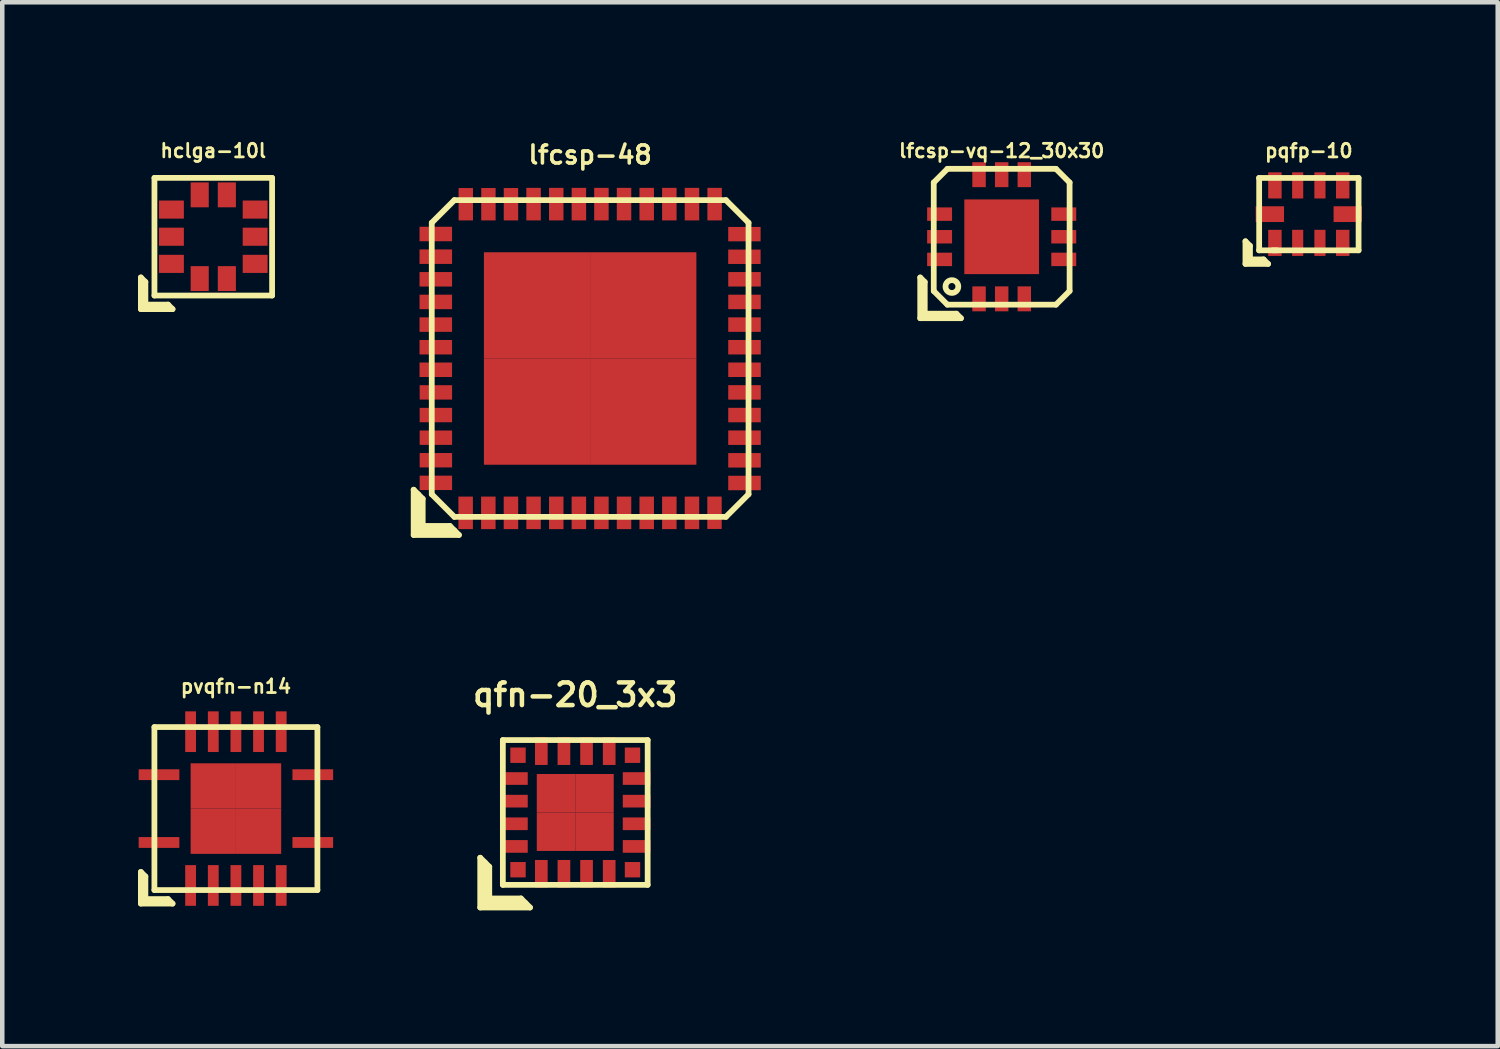
<source format=kicad_pcb>
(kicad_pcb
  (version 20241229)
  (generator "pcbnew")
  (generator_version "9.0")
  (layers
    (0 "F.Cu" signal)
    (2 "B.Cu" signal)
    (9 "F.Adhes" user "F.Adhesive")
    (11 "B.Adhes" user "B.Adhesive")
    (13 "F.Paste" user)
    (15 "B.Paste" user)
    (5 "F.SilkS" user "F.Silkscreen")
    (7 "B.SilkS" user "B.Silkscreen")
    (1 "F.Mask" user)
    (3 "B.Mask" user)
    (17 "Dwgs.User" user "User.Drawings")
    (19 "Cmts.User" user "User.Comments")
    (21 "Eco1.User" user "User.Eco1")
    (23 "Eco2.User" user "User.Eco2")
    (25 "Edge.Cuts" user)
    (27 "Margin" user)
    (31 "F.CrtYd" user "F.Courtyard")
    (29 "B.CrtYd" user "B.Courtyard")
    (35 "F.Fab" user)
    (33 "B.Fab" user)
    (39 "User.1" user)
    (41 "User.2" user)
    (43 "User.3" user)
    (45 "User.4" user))
  (footprint "pqfp-10"
    (layer "F.Cu")
    (at 25.872 1.682)
    (property "Reference" "pqfp-10" (at 0 -1.4 0) (layer "F.SilkS") (effects (font (size 0.3 0.3) (thickness 0.061))))
    (attr smd)
    (fp_line (start -1.4 0.6) (end -1.3 0.7) (stroke (width 0.127) (type solid)) (layer "F.SilkS"))
    (fp_line (start -1.4 1.1) (end -1.4 0.6) (stroke (width 0.127) (type solid)) (layer "F.SilkS"))
    (fp_line (start -1.3 0.7) (end -1.3 1) (stroke (width 0.127) (type solid)) (layer "F.SilkS"))
    (fp_line (start -1.3 1) (end -1 1) (stroke (width 0.127) (type solid)) (layer "F.SilkS"))
    (fp_line (start -1.1 0.8) (end 1.1 0.8) (stroke (width 0.127) (type solid)) (layer "F.SilkS"))
    (fp_line (start -1.097 -0.8) (end -1.097 0.8) (stroke (width 0.127) (type solid)) (layer "F.SilkS"))
    (fp_line (start -1 1) (end -0.9 1.1) (stroke (width 0.127) (type solid)) (layer "F.SilkS"))
    (fp_line (start -0.9 1.1) (end -1.4 1.1) (stroke (width 0.127) (type solid)) (layer "F.SilkS"))
    (fp_line (start -0.8 0.8) (end -0.701 0.8) (stroke (width 0.127) (type solid)) (layer "F.SilkS"))
    (fp_line (start 1.1 -0.8) (end -1.1 -0.8) (stroke (width 0.127) (type solid)) (layer "F.SilkS"))
    (fp_line (start 1.1 0.8) (end 1.1 -0.8) (stroke (width 0.127) (type solid)) (layer "F.SilkS"))
    (pad "1" smd rect (at -0.749 0.635) (size 0.297 0.577) (layers "F.Cu" "F.Mask" "F.Paste"))
    (pad "2" smd rect (at -0.246 0.635) (size 0.246 0.577) (layers "F.Cu" "F.Mask" "F.Paste"))
    (pad "3" smd rect (at 0.246 0.635) (size 0.246 0.577) (layers "F.Cu" "F.Mask" "F.Paste"))
    (pad "4" smd rect (at 0.749 0.635) (size 0.297 0.577) (layers "F.Cu" "F.Mask" "F.Paste"))
    (pad "5" smd rect (at 0.861 0) (size 0.627 0.348) (layers "F.Cu" "F.Mask" "F.Paste"))
    (pad "6" smd rect (at 0.749 -0.635) (size 0.297 0.577) (layers "F.Cu" "F.Mask" "F.Paste"))
    (pad "7" smd rect (at 0.246 -0.635) (size 0.246 0.577) (layers "F.Cu" "F.Mask" "F.Paste"))
    (pad "8" smd rect (at -0.246 -0.635) (size 0.246 0.577) (layers "F.Cu" "F.Mask" "F.Paste"))
    (pad "9" smd rect (at -0.749 -0.635) (size 0.297 0.577) (layers "F.Cu" "F.Mask" "F.Paste"))
    (pad "10" smd rect (at -0.861 0) (size 0.627 0.348) (layers "F.Cu" "F.Mask" "F.Paste")))
  (footprint "pvqfn-n14"
    (layer "F.Cu")
    (at 2.163 14.818)
    (property "Reference" "pvqfn-n14" (at 0 -2.7 0) (layer "F.SilkS") (effects (font (size 0.3 0.3) (thickness 0.061))))
    (attr smd)
    (fp_line (start -2.1 1.4) (end -2 1.5) (stroke (width 0.127) (type solid)) (layer "F.SilkS"))
    (fp_line (start -2.1 2.1) (end -2.1 1.4) (stroke (width 0.127) (type solid)) (layer "F.SilkS"))
    (fp_line (start -2 1.5) (end -2 2) (stroke (width 0.127) (type solid)) (layer "F.SilkS"))
    (fp_line (start -2 2) (end -1.5 2) (stroke (width 0.127) (type solid)) (layer "F.SilkS"))
    (fp_line (start -1.801 -1.801) (end 1.801 -1.801) (stroke (width 0.127) (type solid)) (layer "F.SilkS"))
    (fp_line (start -1.801 1.801) (end -1.801 -1.801) (stroke (width 0.127) (type solid)) (layer "F.SilkS"))
    (fp_line (start -1.5 2) (end -1.4 2.1) (stroke (width 0.127) (type solid)) (layer "F.SilkS"))
    (fp_line (start -1.4 2.1) (end -2.1 2.1) (stroke (width 0.127) (type solid)) (layer "F.SilkS"))
    (fp_line (start 1.801 -1.801) (end 1.801 1.801) (stroke (width 0.127) (type solid)) (layer "F.SilkS"))
    (fp_line (start 1.801 1.801) (end -1.801 1.801) (stroke (width 0.127) (type solid)) (layer "F.SilkS"))
    (pad "1" smd rect (at -1.699 0.749) (size 0.899 0.239) (layers "F.Cu" "F.Mask" "F.Paste"))
    (pad "2" smd rect (at -1.001 1.699) (size 0.239 0.899) (layers "F.Cu" "F.Mask" "F.Paste"))
    (pad "3" smd rect (at -0.5 1.699) (size 0.239 0.899) (layers "F.Cu" "F.Mask" "F.Paste"))
    (pad "4" smd rect (at 0 1.699) (size 0.239 0.899) (layers "F.Cu" "F.Mask" "F.Paste"))
    (pad "5" smd rect (at 0.5 1.699) (size 0.239 0.899) (layers "F.Cu" "F.Mask" "F.Paste"))
    (pad "6" smd rect (at 1.001 1.699) (size 0.239 0.899) (layers "F.Cu" "F.Mask" "F.Paste"))
    (pad "7" smd rect (at 1.699 0.749) (size 0.899 0.239) (layers "F.Cu" "F.Mask" "F.Paste"))
    (pad "8" smd rect (at 1.699 -0.749) (size 0.899 0.239) (layers "F.Cu" "F.Mask" "F.Paste"))
    (pad "9" smd rect (at 1.001 -1.699) (size 0.239 0.899) (layers "F.Cu" "F.Mask" "F.Paste"))
    (pad "10" smd rect (at 0.5 -1.699) (size 0.239 0.899) (layers "F.Cu" "F.Mask" "F.Paste"))
    (pad "11" smd rect (at 0 -1.699) (size 0.239 0.899) (layers "F.Cu" "F.Mask" "F.Paste"))
    (pad "12" smd rect (at -0.5 -1.699) (size 0.239 0.899) (layers "F.Cu" "F.Mask" "F.Paste"))
    (pad "13" smd rect (at -1.001 -1.699) (size 0.239 0.899) (layers "F.Cu" "F.Mask" "F.Paste"))
    (pad "14" smd rect (at -1.699 -0.749) (size 0.899 0.239) (layers "F.Cu" "F.Mask" "F.Paste"))
    (pad "15" smd rect (at -0.5 -0.5) (size 1.001 1.001) (layers "F.Cu" "F.Mask" "F.Paste"))
    (pad "15" smd rect (at -0.5 0.5) (size 1.001 1.001) (layers "F.Cu" "F.Mask" "F.Paste"))
    (pad "15" smd rect (at 0.5 -0.5) (size 1.001 1.001) (layers "F.Cu" "F.Mask" "F.Paste"))
    (pad "15" smd rect (at 0.5 0.5) (size 1.001 1.001) (layers "F.Cu" "F.Mask" "F.Paste")))
  (footprint "lfcsp-48"
    (layer "F.Cu")
    (at 9.991 4.872)
    (property "Reference" "lfcsp-48" (at 0 -4.501 0) (layer "F.SilkS") (effects (font (size 0.399 0.399) (thickness 0.079))))
    (attr smd)
    (fp_line (start -3.9 2.9) (end -3.7 3.1) (stroke (width 0.127) (type solid)) (layer "F.SilkS"))
    (fp_line (start -3.9 3.9) (end -3.9 2.9) (stroke (width 0.127) (type solid)) (layer "F.SilkS"))
    (fp_line (start -3.8 3) (end -3.8 3.8) (stroke (width 0.127) (type solid)) (layer "F.SilkS"))
    (fp_line (start -3.8 3.8) (end -3 3.8) (stroke (width 0.127) (type solid)) (layer "F.SilkS"))
    (fp_line (start -3.7 3.7) (end -3.7 3.1) (stroke (width 0.127) (type solid)) (layer "F.SilkS"))
    (fp_line (start -3.5 -3) (end -3.5 3) (stroke (width 0.127) (type solid)) (layer "F.SilkS"))
    (fp_line (start -3.5 3) (end -3 3.5) (stroke (width 0.127) (type solid)) (layer "F.SilkS"))
    (fp_line (start -3.1 3.7) (end -3.7 3.7) (stroke (width 0.127) (type solid)) (layer "F.SilkS"))
    (fp_line (start -3.1 3.7) (end -2.9 3.9) (stroke (width 0.127) (type solid)) (layer "F.SilkS"))
    (fp_line (start -3 -3.5) (end -3.5 -3) (stroke (width 0.127) (type solid)) (layer "F.SilkS"))
    (fp_line (start -3 3.5) (end 3 3.5) (stroke (width 0.127) (type solid)) (layer "F.SilkS"))
    (fp_line (start -2.9 3.9) (end -3.9 3.9) (stroke (width 0.127) (type solid)) (layer "F.SilkS"))
    (fp_line (start 3 -3.5) (end -3 -3.5) (stroke (width 0.127) (type solid)) (layer "F.SilkS"))
    (fp_line (start 3 3.5) (end 3.5 3) (stroke (width 0.127) (type solid)) (layer "F.SilkS"))
    (fp_line (start 3.5 -3) (end 3 -3.5) (stroke (width 0.127) (type solid)) (layer "F.SilkS"))
    (fp_line (start 3.5 3) (end 3.5 -3) (stroke (width 0.127) (type solid)) (layer "F.SilkS"))
    (pad "1" smd rect (at -2.751 3.411) (size 0.32 0.719) (layers "F.Cu" "F.Mask" "F.Paste"))
    (pad "2" smd rect (at -2.25 3.411) (size 0.32 0.719) (layers "F.Cu" "F.Mask" "F.Paste"))
    (pad "3" smd rect (at -1.75 3.411) (size 0.32 0.719) (layers "F.Cu" "F.Mask" "F.Paste"))
    (pad "4" smd rect (at -1.25 3.411) (size 0.32 0.719) (layers "F.Cu" "F.Mask" "F.Paste"))
    (pad "5" smd rect (at -0.749 3.411) (size 0.32 0.719) (layers "F.Cu" "F.Mask" "F.Paste"))
    (pad "6" smd rect (at -0.249 3.411) (size 0.32 0.719) (layers "F.Cu" "F.Mask" "F.Paste"))
    (pad "7" smd rect (at 0.249 3.411) (size 0.32 0.719) (layers "F.Cu" "F.Mask" "F.Paste"))
    (pad "8" smd rect (at 0.749 3.411) (size 0.32 0.719) (layers "F.Cu" "F.Mask" "F.Paste"))
    (pad "9" smd rect (at 1.25 3.411) (size 0.32 0.719) (layers "F.Cu" "F.Mask" "F.Paste"))
    (pad "10" smd rect (at 1.75 3.411) (size 0.32 0.719) (layers "F.Cu" "F.Mask" "F.Paste"))
    (pad "11" smd rect (at 2.25 3.411) (size 0.32 0.719) (layers "F.Cu" "F.Mask" "F.Paste"))
    (pad "12" smd rect (at 2.748 3.409) (size 0.318 0.716) (layers "F.Cu" "F.Mask" "F.Paste"))
    (pad "13" smd rect (at 3.411 2.751) (size 0.719 0.32) (layers "F.Cu" "F.Mask" "F.Paste"))
    (pad "14" smd rect (at 3.411 2.25) (size 0.719 0.32) (layers "F.Cu" "F.Mask" "F.Paste"))
    (pad "15" smd rect (at 3.411 1.75) (size 0.719 0.32) (layers "F.Cu" "F.Mask" "F.Paste"))
    (pad "16" smd rect (at 3.411 1.25) (size 0.719 0.32) (layers "F.Cu" "F.Mask" "F.Paste"))
    (pad "17" smd rect (at 3.411 0.749) (size 0.719 0.32) (layers "F.Cu" "F.Mask" "F.Paste"))
    (pad "18" smd rect (at 3.411 0.249) (size 0.719 0.32) (layers "F.Cu" "F.Mask" "F.Paste"))
    (pad "19" smd rect (at 3.411 -0.249) (size 0.719 0.32) (layers "F.Cu" "F.Mask" "F.Paste"))
    (pad "20" smd rect (at 3.411 -0.749) (size 0.719 0.32) (layers "F.Cu" "F.Mask" "F.Paste"))
    (pad "21" smd rect (at 3.411 -1.25) (size 0.719 0.32) (layers "F.Cu" "F.Mask" "F.Paste"))
    (pad "22" smd rect (at 3.411 -1.75) (size 0.719 0.32) (layers "F.Cu" "F.Mask" "F.Paste"))
    (pad "23" smd rect (at 3.409 -2.248) (size 0.716 0.318) (layers "F.Cu" "F.Mask" "F.Paste"))
    (pad "24" smd rect (at 3.409 -2.748) (size 0.716 0.318) (layers "F.Cu" "F.Mask" "F.Paste"))
    (pad "25" smd rect (at 2.751 -3.411) (size 0.32 0.719) (layers "F.Cu" "F.Mask" "F.Paste"))
    (pad "26" smd rect (at 2.25 -3.411) (size 0.32 0.719) (layers "F.Cu" "F.Mask" "F.Paste"))
    (pad "27" smd rect (at 1.75 -3.411) (size 0.32 0.719) (layers "F.Cu" "F.Mask" "F.Paste"))
    (pad "28" smd rect (at 1.25 -3.411) (size 0.32 0.719) (layers "F.Cu" "F.Mask" "F.Paste"))
    (pad "29" smd rect (at 0.749 -3.411) (size 0.32 0.719) (layers "F.Cu" "F.Mask" "F.Paste"))
    (pad "30" smd rect (at 0.249 -3.411) (size 0.32 0.719) (layers "F.Cu" "F.Mask" "F.Paste"))
    (pad "31" smd rect (at -0.249 -3.411) (size 0.32 0.719) (layers "F.Cu" "F.Mask" "F.Paste"))
    (pad "32" smd rect (at -0.749 -3.411) (size 0.32 0.719) (layers "F.Cu" "F.Mask" "F.Paste"))
    (pad "33" smd rect (at -1.25 -3.411) (size 0.32 0.719) (layers "F.Cu" "F.Mask" "F.Paste"))
    (pad "34" smd rect (at -1.75 -3.409) (size 0.318 0.716) (layers "F.Cu" "F.Mask" "F.Paste"))
    (pad "35" smd rect (at -2.248 -3.409) (size 0.318 0.716) (layers "F.Cu" "F.Mask" "F.Paste"))
    (pad "36" smd rect (at -2.748 -3.409) (size 0.318 0.716) (layers "F.Cu" "F.Mask" "F.Paste"))
    (pad "37" smd rect (at -3.411 -2.751) (size 0.719 0.32) (layers "F.Cu" "F.Mask" "F.Paste"))
    (pad "38" smd rect (at -3.411 -2.25) (size 0.719 0.32) (layers "F.Cu" "F.Mask" "F.Paste"))
    (pad "39" smd rect (at -3.411 -1.75) (size 0.719 0.32) (layers "F.Cu" "F.Mask" "F.Paste"))
    (pad "40" smd rect (at -3.411 -1.25) (size 0.719 0.32) (layers "F.Cu" "F.Mask" "F.Paste"))
    (pad "41" smd rect (at -3.411 -0.749) (size 0.719 0.32) (layers "F.Cu" "F.Mask" "F.Paste"))
    (pad "42" smd rect (at -3.411 -0.249) (size 0.719 0.32) (layers "F.Cu" "F.Mask" "F.Paste"))
    (pad "43" smd rect (at -3.411 0.249) (size 0.719 0.32) (layers "F.Cu" "F.Mask" "F.Paste"))
    (pad "44" smd rect (at -3.409 0.749) (size 0.716 0.318) (layers "F.Cu" "F.Mask" "F.Paste"))
    (pad "45" smd rect (at -3.409 1.25) (size 0.716 0.318) (layers "F.Cu" "F.Mask" "F.Paste"))
    (pad "46" smd rect (at -3.409 1.75) (size 0.716 0.318) (layers "F.Cu" "F.Mask" "F.Paste"))
    (pad "47" smd rect (at -3.409 2.248) (size 0.716 0.318) (layers "F.Cu" "F.Mask" "F.Paste"))
    (pad "48" smd rect (at -3.409 2.748) (size 0.716 0.318) (layers "F.Cu" "F.Mask" "F.Paste"))
    (pad "49" smd rect (at -1.173 -1.173) (size 2.349 2.349) (layers "F.Cu" "F.Mask" "F.Paste"))
    (pad "49" smd rect (at -1.173 1.173) (size 2.349 2.349) (layers "F.Cu" "F.Mask" "F.Paste"))
    (pad "49" smd rect (at 1.173 -1.173) (size 2.349 2.349) (layers "F.Cu" "F.Mask" "F.Paste"))
    (pad "49" smd rect (at 1.173 1.173) (size 2.349 2.349) (layers "F.Cu" "F.Mask" "F.Paste")))
  (footprint "hclga-10l"
    (layer "F.Cu")
    (at 1.663 2.181)
    (property "Reference" "hclga-10l" (at 0 -1.9 0) (layer "F.SilkS") (effects (font (size 0.3 0.3) (thickness 0.06))))
    (attr smd)
    (fp_line (start -1.6 0.9) (end -1.5 1) (stroke (width 0.127) (type solid)) (layer "F.SilkS"))
    (fp_line (start -1.6 1.6) (end -1.6 0.9) (stroke (width 0.127) (type solid)) (layer "F.SilkS"))
    (fp_line (start -1.5 1.5) (end -1.5 0.999) (stroke (width 0.127) (type solid)) (layer "F.SilkS"))
    (fp_line (start -1.3 -1.3) (end 1.3 -1.3) (stroke (width 0.127) (type solid)) (layer "F.SilkS"))
    (fp_line (start -1.3 1.3) (end -1.3 -1.3) (stroke (width 0.127) (type solid)) (layer "F.SilkS"))
    (fp_line (start -1 1.5) (end -0.9 1.6) (stroke (width 0.127) (type solid)) (layer "F.SilkS"))
    (fp_line (start -0.999 1.5) (end -1.5 1.5) (stroke (width 0.127) (type solid)) (layer "F.SilkS"))
    (fp_line (start -0.9 1.6) (end -1.6 1.6) (stroke (width 0.127) (type solid)) (layer "F.SilkS"))
    (fp_line (start 1.3 -1.3) (end 1.3 1.3) (stroke (width 0.127) (type solid)) (layer "F.SilkS"))
    (fp_line (start 1.3 1.3) (end -1.3 1.3) (stroke (width 0.127) (type solid)) (layer "F.SilkS"))
    (pad "1" smd rect (at -0.3 0.925) (size 0.4 0.55) (layers "F.Cu" "F.Mask" "F.Paste"))
    (pad "2" smd rect (at 0.3 0.925) (size 0.4 0.55) (layers "F.Cu" "F.Mask" "F.Paste"))
    (pad "3" smd rect (at 0.925 0.6) (size 0.55 0.4) (layers "F.Cu" "F.Mask" "F.Paste"))
    (pad "4" smd rect (at 0.925 0) (size 0.55 0.4) (layers "F.Cu" "F.Mask" "F.Paste"))
    (pad "5" smd rect (at 0.925 -0.6) (size 0.55 0.4) (layers "F.Cu" "F.Mask" "F.Paste"))
    (pad "6" smd rect (at 0.3 -0.925) (size 0.4 0.55) (layers "F.Cu" "F.Mask" "F.Paste"))
    (pad "7" smd rect (at -0.3 -0.925) (size 0.4 0.55) (layers "F.Cu" "F.Mask" "F.Paste"))
    (pad "8" smd rect (at -0.925 -0.6) (size 0.55 0.4) (layers "F.Cu" "F.Mask" "F.Paste"))
    (pad "9" smd rect (at -0.925 0) (size 0.55 0.4) (layers "F.Cu" "F.Mask" "F.Paste"))
    (pad "10" smd rect (at -0.925 0.6) (size 0.55 0.4) (layers "F.Cu" "F.Mask" "F.Paste")))
  (footprint "lfcsp-vq-12_30x30"
    (layer "F.Cu")
    (at 19.085 2.182)
    (property "Reference" "lfcsp-vq-12_30x30" (at 0 -1.9 0) (layer "F.SilkS") (effects (font (size 0.3 0.3) (thickness 0.061))))
    (attr smd)
    (fp_line (start -1.8 0.9) (end -1.8 1.8) (stroke (width 0.127) (type solid)) (layer "F.SilkS"))
    (fp_line (start -1.8 1.8) (end -0.9 1.8) (stroke (width 0.127) (type solid)) (layer "F.SilkS"))
    (fp_line (start -1.7 1) (end -1.8 0.9) (stroke (width 0.127) (type solid)) (layer "F.SilkS"))
    (fp_line (start -1.7 1.7) (end -1.7 1) (stroke (width 0.127) (type solid)) (layer "F.SilkS"))
    (fp_line (start -1.501 -1.199) (end -1.199 -1.501) (stroke (width 0.127) (type solid)) (layer "F.SilkS"))
    (fp_line (start -1.501 1.199) (end -1.501 -1.199) (stroke (width 0.127) (type solid)) (layer "F.SilkS"))
    (fp_line (start -1.5 1.2) (end -1.2 1.5) (stroke (width 0.127) (type solid)) (layer "F.SilkS"))
    (fp_line (start -1.199 -1.501) (end 1.199 -1.501) (stroke (width 0.127) (type solid)) (layer "F.SilkS"))
    (fp_line (start -1 1.7) (end -1.7 1.7) (stroke (width 0.127) (type solid)) (layer "F.SilkS"))
    (fp_line (start -0.9 1.8) (end -1 1.7) (stroke (width 0.127) (type solid)) (layer "F.SilkS"))
    (fp_line (start 1.199 -1.501) (end 1.501 -1.199) (stroke (width 0.127) (type solid)) (layer "F.SilkS"))
    (fp_line (start 1.199 1.501) (end -1.199 1.501) (stroke (width 0.127) (type solid)) (layer "F.SilkS"))
    (fp_line (start 1.501 -1.199) (end 1.501 1.199) (stroke (width 0.127) (type solid)) (layer "F.SilkS"))
    (fp_line (start 1.501 1.199) (end 1.199 1.501) (stroke (width 0.127) (type solid)) (layer "F.SilkS"))
    (fp_circle (center -1.1 1.1) (end -1.199 1.201) (stroke (width 0.127) (type solid)) (fill no) (layer "F.SilkS"))
    (pad "1" smd rect (at -0.5 1.372) (size 0.297 0.551) (layers "F.Cu" "F.Mask" "F.Paste"))
    (pad "2" smd rect (at 0 1.372) (size 0.297 0.551) (layers "F.Cu" "F.Mask" "F.Paste"))
    (pad "3" smd rect (at 0.5 1.372) (size 0.297 0.551) (layers "F.Cu" "F.Mask" "F.Paste"))
    (pad "4" smd rect (at 1.372 0.5) (size 0.551 0.297) (layers "F.Cu" "F.Mask" "F.Paste"))
    (pad "5" smd rect (at 1.372 0) (size 0.551 0.297) (layers "F.Cu" "F.Mask" "F.Paste"))
    (pad "6" smd rect (at 1.372 -0.5) (size 0.551 0.297) (layers "F.Cu" "F.Mask" "F.Paste"))
    (pad "7" smd rect (at 0.5 -1.372) (size 0.297 0.551) (layers "F.Cu" "F.Mask" "F.Paste"))
    (pad "8" smd rect (at 0 -1.372) (size 0.297 0.551) (layers "F.Cu" "F.Mask" "F.Paste"))
    (pad "9" smd rect (at -0.5 -1.372) (size 0.297 0.551) (layers "F.Cu" "F.Mask" "F.Paste"))
    (pad "10" smd rect (at -1.372 -0.5) (size 0.551 0.297) (layers "F.Cu" "F.Mask" "F.Paste"))
    (pad "11" smd rect (at -1.372 0) (size 0.551 0.297) (layers "F.Cu" "F.Mask" "F.Paste"))
    (pad "12" smd rect (at -1.372 0.5) (size 0.551 0.297) (layers "F.Cu" "F.Mask" "F.Paste"))
    (pad "13" smd rect (at 0 0) (size 1.651 1.651) (layers "F.Cu" "F.Mask" "F.Paste")))
  (footprint "qfn-20_3x3"
    (layer "F.Cu")
    (at 9.662 14.904)
    (property "Reference" "qfn-20_3x3" (at 0 -2.6 0) (layer "F.SilkS") (effects (font (size 0.5 0.5) (thickness 0.1))))
    (attr smd)
    (fp_line (start -2.1 1) (end -1.9 1.2) (stroke (width 0.127) (type solid)) (layer "F.SilkS"))
    (fp_line (start -2.1 2.1) (end -2.1 1) (stroke (width 0.127) (type solid)) (layer "F.SilkS"))
    (fp_line (start -2 1.1) (end -2 2) (stroke (width 0.127) (type solid)) (layer "F.SilkS"))
    (fp_line (start -2 2) (end -1.1 2) (stroke (width 0.127) (type solid)) (layer "F.SilkS"))
    (fp_line (start -1.9 1.2) (end -1.9 1.9) (stroke (width 0.127) (type solid)) (layer "F.SilkS"))
    (fp_line (start -1.9 1.9) (end -1.2 1.9) (stroke (width 0.127) (type solid)) (layer "F.SilkS"))
    (fp_line (start -1.6 -1.6) (end 1.6 -1.6) (stroke (width 0.127) (type solid)) (layer "F.SilkS"))
    (fp_line (start -1.6 1.6) (end -1.6 -1.6) (stroke (width 0.127) (type solid)) (layer "F.SilkS"))
    (fp_line (start -1.2 1.9) (end -1 2.1) (stroke (width 0.127) (type solid)) (layer "F.SilkS"))
    (fp_line (start -1 2.1) (end -2.1 2.1) (stroke (width 0.127) (type solid)) (layer "F.SilkS"))
    (fp_line (start 1.6 -1.6) (end 1.6 1.6) (stroke (width 0.127) (type solid)) (layer "F.SilkS"))
    (fp_line (start 1.6 1.6) (end -1.6 1.6) (stroke (width 0.127) (type solid)) (layer "F.SilkS"))
    (pad "1" smd rect (at -1.265 1.265) (size 0.34 0.34) (layers "F.Cu" "F.Mask" "F.Paste"))
    (pad "2" smd rect (at -0.75 1.355) (size 0.28 0.61) (layers "F.Cu" "F.Mask" "F.Paste"))
    (pad "3" smd rect (at -0.25 1.355) (size 0.28 0.61) (layers "F.Cu" "F.Mask" "F.Paste"))
    (pad "4" smd rect (at 0.25 1.355) (size 0.28 0.61) (layers "F.Cu" "F.Mask" "F.Paste"))
    (pad "5" smd rect (at 0.75 1.355) (size 0.28 0.61) (layers "F.Cu" "F.Mask" "F.Paste"))
    (pad "6" smd rect (at 1.265 1.265) (size 0.34 0.34) (layers "F.Cu" "F.Mask" "F.Paste"))
    (pad "7" smd rect (at 1.355 0.75) (size 0.61 0.28) (layers "F.Cu" "F.Mask" "F.Paste"))
    (pad "8" smd rect (at 1.355 0.25) (size 0.61 0.28) (layers "F.Cu" "F.Mask" "F.Paste"))
    (pad "9" smd rect (at 1.355 -0.25) (size 0.61 0.28) (layers "F.Cu" "F.Mask" "F.Paste"))
    (pad "10" smd rect (at 1.355 -0.75) (size 0.61 0.28) (layers "F.Cu" "F.Mask" "F.Paste"))
    (pad "11" smd rect (at 1.265 -1.265) (size 0.34 0.34) (layers "F.Cu" "F.Mask" "F.Paste"))
    (pad "12" smd rect (at 0.75 -1.355) (size 0.28 0.61) (layers "F.Cu" "F.Mask" "F.Paste"))
    (pad "13" smd rect (at 0.25 -1.355) (size 0.28 0.61) (layers "F.Cu" "F.Mask" "F.Paste"))
    (pad "14" smd rect (at -0.25 -1.355) (size 0.28 0.61) (layers "F.Cu" "F.Mask" "F.Paste"))
    (pad "15" smd rect (at -0.75 -1.355) (size 0.28 0.61) (layers "F.Cu" "F.Mask" "F.Paste"))
    (pad "16" smd rect (at -1.265 -1.265) (size 0.34 0.34) (layers "F.Cu" "F.Mask" "F.Paste"))
    (pad "17" smd rect (at -1.355 -0.75) (size 0.61 0.28) (layers "F.Cu" "F.Mask" "F.Paste"))
    (pad "18" smd rect (at -1.355 -0.25) (size 0.61 0.28) (layers "F.Cu" "F.Mask" "F.Paste"))
    (pad "19" smd rect (at -1.355 0.25) (size 0.61 0.28) (layers "F.Cu" "F.Mask" "F.Paste"))
    (pad "20" smd rect (at -1.355 0.75) (size 0.61 0.28) (layers "F.Cu" "F.Mask" "F.Paste"))
    (pad "21" smd rect (at -0.425 -0.425) (size 0.85 0.85) (layers "F.Cu" "F.Mask" "F.Paste"))
    (pad "21" smd rect (at -0.425 0.425) (size 0.85 0.85) (layers "F.Cu" "F.Mask" "F.Paste"))
    (pad "21" smd rect (at 0.425 -0.425) (size 0.85 0.85) (layers "F.Cu" "F.Mask" "F.Paste"))
    (pad "21" smd rect (at 0.425 0.425) (size 0.85 0.85) (layers "F.Cu" "F.Mask" "F.Paste")))
  (gr_rect
    (start -3 -3)
    (end 30.047 20.067)
    (stroke (width 0.1) (type default))
    (fill no)
    (layer "Edge.Cuts")))
</source>
